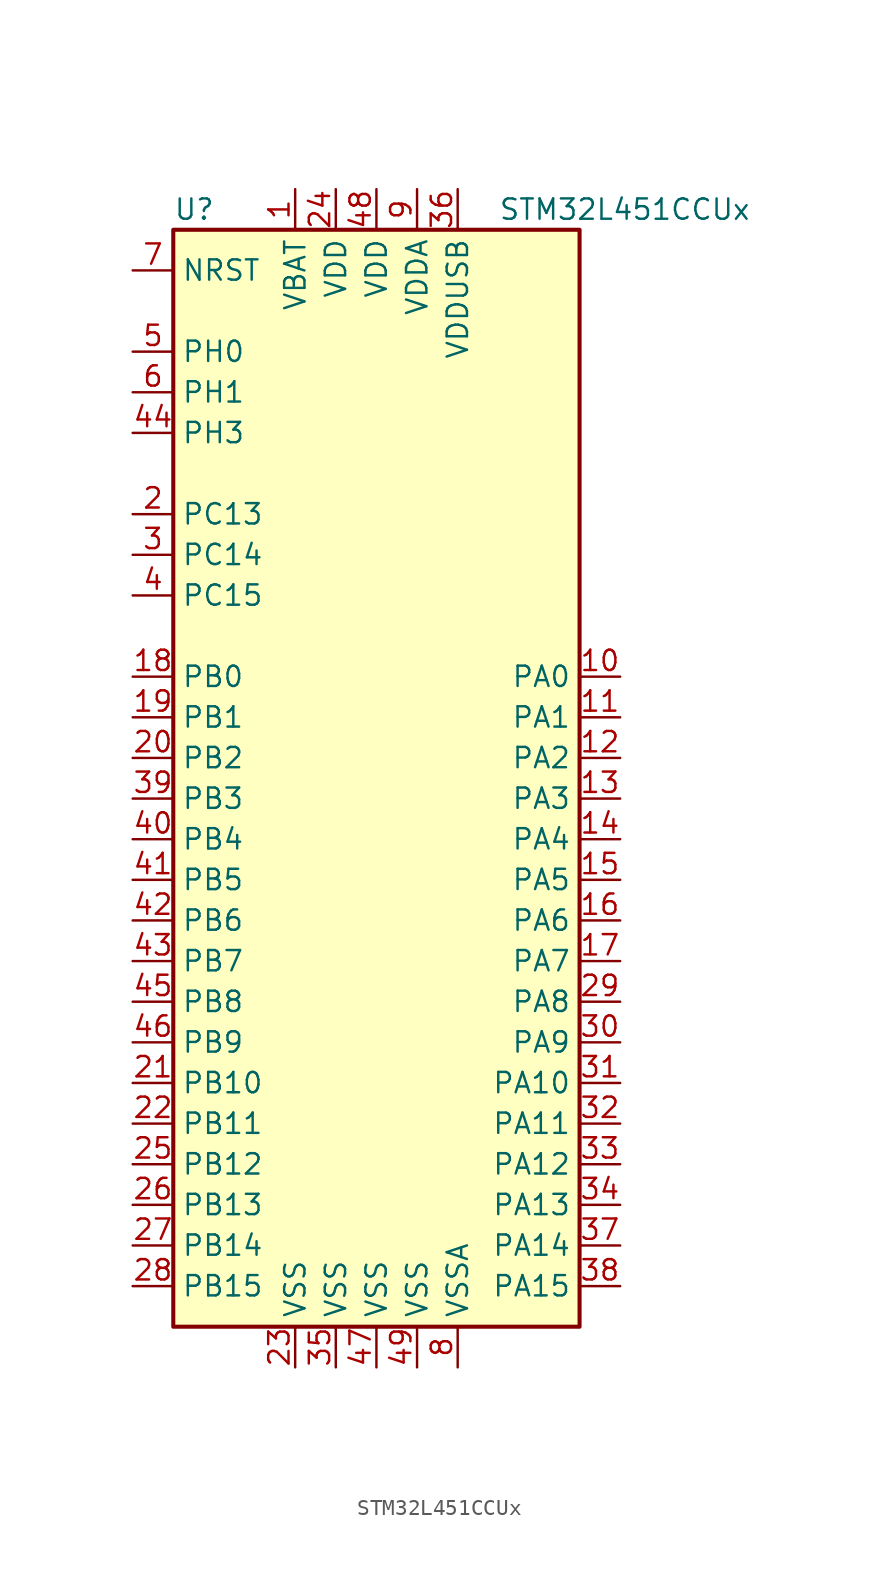
<source format=kicad_sym>
(kicad_symbol_lib
  (version 20211014)
  (generator kicad_symbol_editor)
  (symbol "STM32L451CCUx"
    (property "Reference" "U"
      (at -12.7 34.29 0)
      (effects (font (size 1.27 1.27)) (justify left)))
    (property "Value" "STM32L451CCUx"
      (at 7.62 34.29 0)
      (effects (font (size 1.27 1.27)) (justify left)))
    (symbol "STM32L451CCUx_0_1"
      (rectangle (start -12.7 -35.56) (end 12.7 33.02) (stroke (width 0.254) (type default) (color 0 0 0 0)) (fill (type background))))
    (symbol "STM32L451CCUx_1_1"
      (pin power_in line (at -5.08 35.56 270) (length 2.54) (name "VBAT" (effects (font (size 1.27 1.27)))) (number "1" (effects (font (size 1.27 1.27)))))
      (pin bidirectional line (at 15.24 5.08 180) (length 2.54) (name "PA0" (effects (font (size 1.27 1.27)))) (number "10" (effects (font (size 1.27 1.27)))))
      (pin bidirectional line (at 15.24 2.54 180) (length 2.54) (name "PA1" (effects (font (size 1.27 1.27)))) (number "11" (effects (font (size 1.27 1.27)))))
      (pin bidirectional line (at 15.24 0 180) (length 2.54) (name "PA2" (effects (font (size 1.27 1.27)))) (number "12" (effects (font (size 1.27 1.27)))))
      (pin bidirectional line (at 15.24 -2.54 180) (length 2.54) (name "PA3" (effects (font (size 1.27 1.27)))) (number "13" (effects (font (size 1.27 1.27)))))
      (pin bidirectional line (at 15.24 -5.08 180) (length 2.54) (name "PA4" (effects (font (size 1.27 1.27)))) (number "14" (effects (font (size 1.27 1.27)))))
      (pin bidirectional line (at 15.24 -7.62 180) (length 2.54) (name "PA5" (effects (font (size 1.27 1.27)))) (number "15" (effects (font (size 1.27 1.27)))))
      (pin bidirectional line (at 15.24 -10.16 180) (length 2.54) (name "PA6" (effects (font (size 1.27 1.27)))) (number "16" (effects (font (size 1.27 1.27)))))
      (pin bidirectional line (at 15.24 -12.7 180) (length 2.54) (name "PA7" (effects (font (size 1.27 1.27)))) (number "17" (effects (font (size 1.27 1.27)))))
      (pin bidirectional line (at -15.24 5.08 0) (length 2.54) (name "PB0" (effects (font (size 1.27 1.27)))) (number "18" (effects (font (size 1.27 1.27)))))
      (pin bidirectional line (at -15.24 2.54 0) (length 2.54) (name "PB1" (effects (font (size 1.27 1.27)))) (number "19" (effects (font (size 1.27 1.27)))))
      (pin bidirectional line (at -15.24 15.24 0) (length 2.54) (name "PC13" (effects (font (size 1.27 1.27)))) (number "2" (effects (font (size 1.27 1.27)))))
      (pin bidirectional line (at -15.24 0 0) (length 2.54) (name "PB2" (effects (font (size 1.27 1.27)))) (number "20" (effects (font (size 1.27 1.27)))))
      (pin bidirectional line (at -15.24 -20.32 0) (length 2.54) (name "PB10" (effects (font (size 1.27 1.27)))) (number "21" (effects (font (size 1.27 1.27)))))
      (pin bidirectional line (at -15.24 -22.86 0) (length 2.54) (name "PB11" (effects (font (size 1.27 1.27)))) (number "22" (effects (font (size 1.27 1.27)))))
      (pin power_in line (at -5.08 -38.1 90) (length 2.54) (name "VSS" (effects (font (size 1.27 1.27)))) (number "23" (effects (font (size 1.27 1.27)))))
      (pin power_in line (at -2.54 35.56 270) (length 2.54) (name "VDD" (effects (font (size 1.27 1.27)))) (number "24" (effects (font (size 1.27 1.27)))))
      (pin bidirectional line (at -15.24 -25.4 0) (length 2.54) (name "PB12" (effects (font (size 1.27 1.27)))) (number "25" (effects (font (size 1.27 1.27)))))
      (pin bidirectional line (at -15.24 -27.94 0) (length 2.54) (name "PB13" (effects (font (size 1.27 1.27)))) (number "26" (effects (font (size 1.27 1.27)))))
      (pin bidirectional line (at -15.24 -30.48 0) (length 2.54) (name "PB14" (effects (font (size 1.27 1.27)))) (number "27" (effects (font (size 1.27 1.27)))))
      (pin bidirectional line (at -15.24 -33.02 0) (length 2.54) (name "PB15" (effects (font (size 1.27 1.27)))) (number "28" (effects (font (size 1.27 1.27)))))
      (pin bidirectional line (at 15.24 -15.24 180) (length 2.54) (name "PA8" (effects (font (size 1.27 1.27)))) (number "29" (effects (font (size 1.27 1.27)))))
      (pin bidirectional line (at -15.24 12.7 0) (length 2.54) (name "PC14" (effects (font (size 1.27 1.27)))) (number "3" (effects (font (size 1.27 1.27)))))
      (pin bidirectional line (at 15.24 -17.78 180) (length 2.54) (name "PA9" (effects (font (size 1.27 1.27)))) (number "30" (effects (font (size 1.27 1.27)))))
      (pin bidirectional line (at 15.24 -20.32 180) (length 2.54) (name "PA10" (effects (font (size 1.27 1.27)))) (number "31" (effects (font (size 1.27 1.27)))))
      (pin bidirectional line (at 15.24 -22.86 180) (length 2.54) (name "PA11" (effects (font (size 1.27 1.27)))) (number "32" (effects (font (size 1.27 1.27)))))
      (pin bidirectional line (at 15.24 -25.4 180) (length 2.54) (name "PA12" (effects (font (size 1.27 1.27)))) (number "33" (effects (font (size 1.27 1.27)))))
      (pin bidirectional line (at 15.24 -27.94 180) (length 2.54) (name "PA13" (effects (font (size 1.27 1.27)))) (number "34" (effects (font (size 1.27 1.27)))))
      (pin power_in line (at -2.54 -38.1 90) (length 2.54) (name "VSS" (effects (font (size 1.27 1.27)))) (number "35" (effects (font (size 1.27 1.27)))))
      (pin power_in line (at 5.08 35.56 270) (length 2.54) (name "VDDUSB" (effects (font (size 1.27 1.27)))) (number "36" (effects (font (size 1.27 1.27)))))
      (pin bidirectional line (at 15.24 -30.48 180) (length 2.54) (name "PA14" (effects (font (size 1.27 1.27)))) (number "37" (effects (font (size 1.27 1.27)))))
      (pin bidirectional line (at 15.24 -33.02 180) (length 2.54) (name "PA15" (effects (font (size 1.27 1.27)))) (number "38" (effects (font (size 1.27 1.27)))))
      (pin bidirectional line (at -15.24 -2.54 0) (length 2.54) (name "PB3" (effects (font (size 1.27 1.27)))) (number "39" (effects (font (size 1.27 1.27)))))
      (pin bidirectional line (at -15.24 10.16 0) (length 2.54) (name "PC15" (effects (font (size 1.27 1.27)))) (number "4" (effects (font (size 1.27 1.27)))))
      (pin bidirectional line (at -15.24 -5.08 0) (length 2.54) (name "PB4" (effects (font (size 1.27 1.27)))) (number "40" (effects (font (size 1.27 1.27)))))
      (pin bidirectional line (at -15.24 -7.62 0) (length 2.54) (name "PB5" (effects (font (size 1.27 1.27)))) (number "41" (effects (font (size 1.27 1.27)))))
      (pin bidirectional line (at -15.24 -10.16 0) (length 2.54) (name "PB6" (effects (font (size 1.27 1.27)))) (number "42" (effects (font (size 1.27 1.27)))))
      (pin bidirectional line (at -15.24 -12.7 0) (length 2.54) (name "PB7" (effects (font (size 1.27 1.27)))) (number "43" (effects (font (size 1.27 1.27)))))
      (pin bidirectional line (at -15.24 20.32 0) (length 2.54) (name "PH3" (effects (font (size 1.27 1.27)))) (number "44" (effects (font (size 1.27 1.27)))))
      (pin bidirectional line (at -15.24 -15.24 0) (length 2.54) (name "PB8" (effects (font (size 1.27 1.27)))) (number "45" (effects (font (size 1.27 1.27)))))
      (pin bidirectional line (at -15.24 -17.78 0) (length 2.54) (name "PB9" (effects (font (size 1.27 1.27)))) (number "46" (effects (font (size 1.27 1.27)))))
      (pin power_in line (at 0 -38.1 90) (length 2.54) (name "VSS" (effects (font (size 1.27 1.27)))) (number "47" (effects (font (size 1.27 1.27)))))
      (pin power_in line (at 0 35.56 270) (length 2.54) (name "VDD" (effects (font (size 1.27 1.27)))) (number "48" (effects (font (size 1.27 1.27)))))
      (pin power_in line (at 2.54 -38.1 90) (length 2.54) (name "VSS" (effects (font (size 1.27 1.27)))) (number "49" (effects (font (size 1.27 1.27)))))
      (pin input line (at -15.24 25.4 0) (length 2.54) (name "PH0" (effects (font (size 1.27 1.27)))) (number "5" (effects (font (size 1.27 1.27)))))
      (pin input line (at -15.24 22.86 0) (length 2.54) (name "PH1" (effects (font (size 1.27 1.27)))) (number "6" (effects (font (size 1.27 1.27)))))
      (pin input line (at -15.24 30.48 0) (length 2.54) (name "NRST" (effects (font (size 1.27 1.27)))) (number "7" (effects (font (size 1.27 1.27)))))
      (pin power_in line (at 5.08 -38.1 90) (length 2.54) (name "VSSA" (effects (font (size 1.27 1.27)))) (number "8" (effects (font (size 1.27 1.27)))))
      (pin power_in line (at 2.54 35.56 270) (length 2.54) (name "VDDA" (effects (font (size 1.27 1.27)))) (number "9" (effects (font (size 1.27 1.27))))))))
</source>
